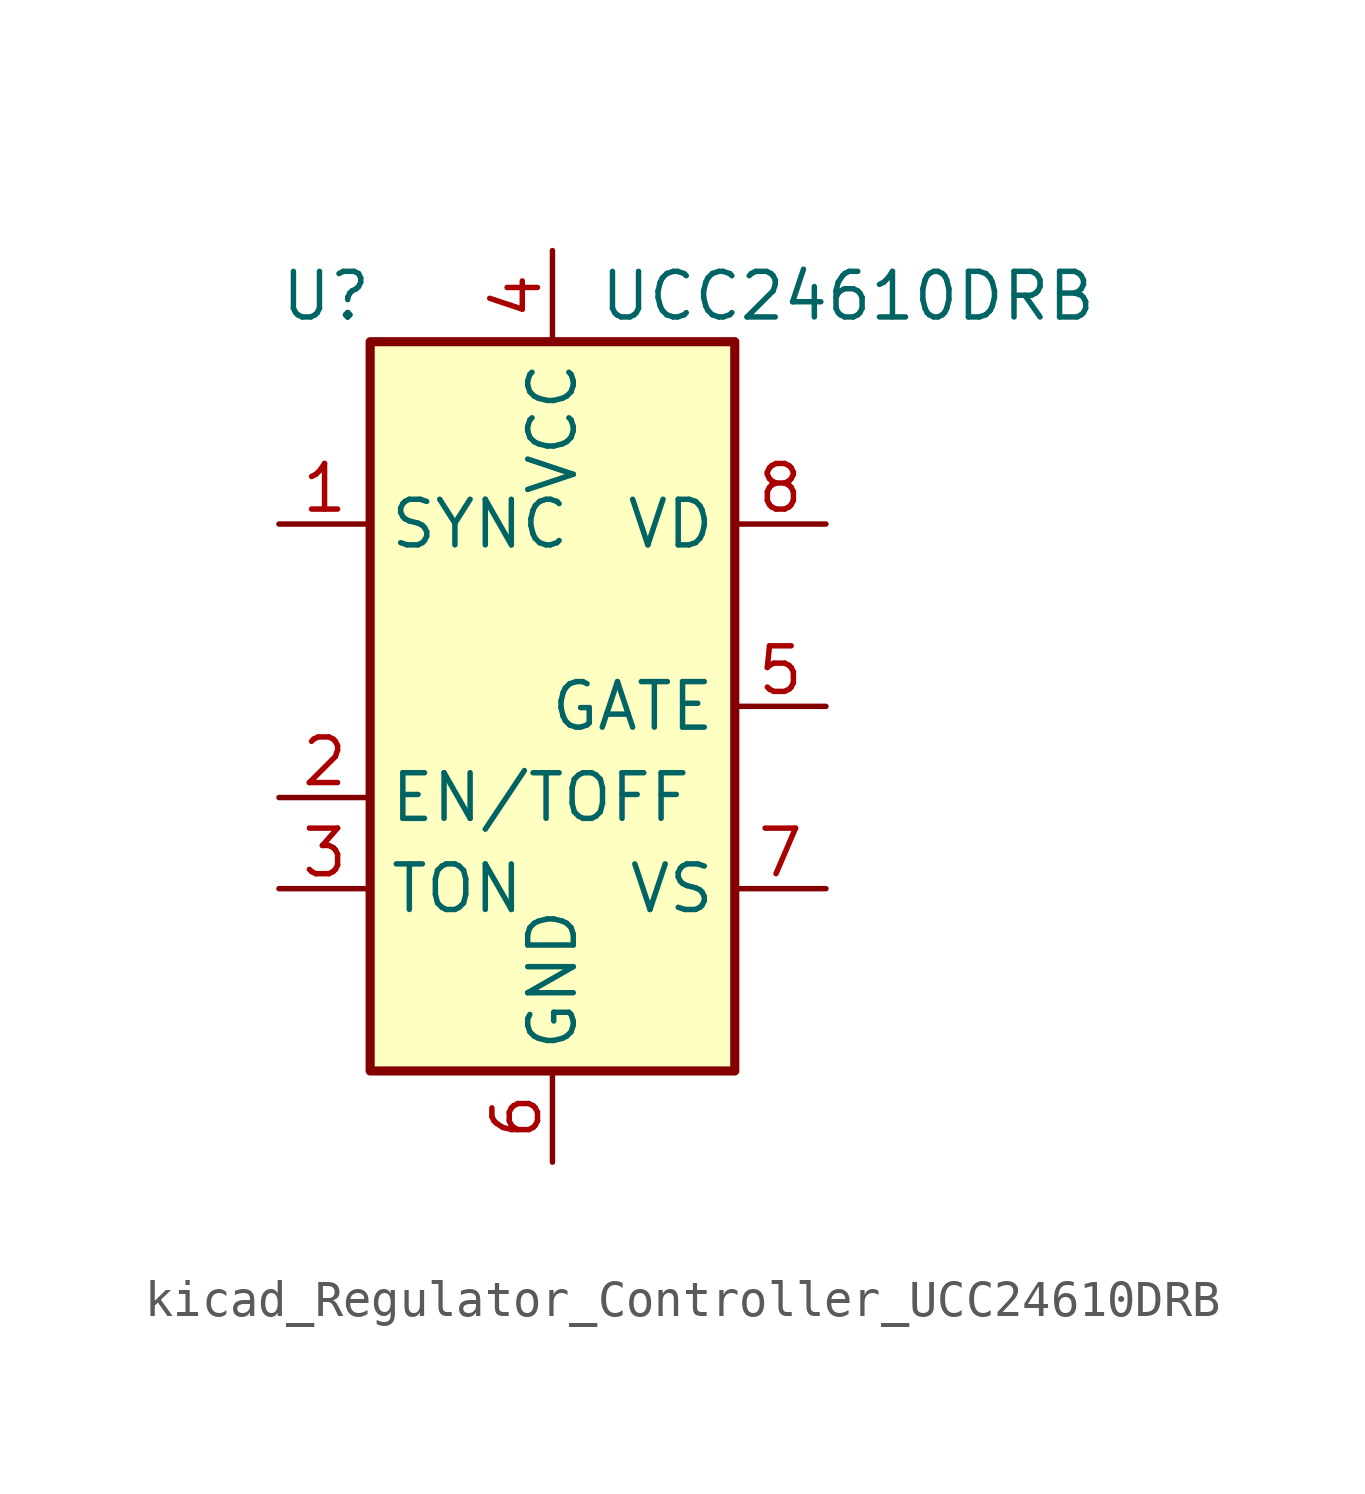
<source format=kicad_sym>
(kicad_symbol_lib
  (version 20220914)
  (generator kicad_symbol_editor)
  (symbol "kicad_Regulator_Controller_UCC24610DRB"
    (property "Reference" "U"
      (at -7.62 11.43 0)
      (effects (font (size 1.27 1.27)) (justify left)))
    (property "Value" "UCC24610DRB"
      (at 1.27 11.43 0)
      (effects (font (size 1.27 1.27)) (justify left)))
    (symbol "kicad_Regulator_Controller_UCC24610DRB_0_1"
      (rectangle (start -5.08 -10.16) (end 5.08 10.16) (stroke (width 0.254) (type default)) (fill (type background))))
    (symbol "kicad_Regulator_Controller_UCC24610DRB_1_1"
      (pin input line (at -7.62 5.08 0) (length 2.54) (name "SYNC" (effects (font (size 1.27 1.27)))) (number "1" (effects (font (size 1.27 1.27)))))
      (pin input line (at -7.62 -2.54 0) (length 2.54) (name "EN/TOFF" (effects (font (size 1.27 1.27)))) (number "2" (effects (font (size 1.27 1.27)))))
      (pin input line (at -7.62 -5.08 0) (length 2.54) (name "TON" (effects (font (size 1.27 1.27)))) (number "3" (effects (font (size 1.27 1.27)))))
      (pin power_in line (at 0 12.7 270) (length 2.54) (name "VCC" (effects (font (size 1.27 1.27)))) (number "4" (effects (font (size 1.27 1.27)))))
      (pin output line (at 7.62 0 180) (length 2.54) (name "GATE" (effects (font (size 1.27 1.27)))) (number "5" (effects (font (size 1.27 1.27)))))
      (pin power_in line (at 0 -12.7 90) (length 2.54) (name "GND" (effects (font (size 1.27 1.27)))) (number "6" (effects (font (size 1.27 1.27)))))
      (pin input line (at 7.62 -5.08 180) (length 2.54) (name "VS" (effects (font (size 1.27 1.27)))) (number "7" (effects (font (size 1.27 1.27)))))
      (pin input line (at 7.62 5.08 180) (length 2.54) (name "VD" (effects (font (size 1.27 1.27)))) (number "8" (effects (font (size 1.27 1.27))))))))
</source>
